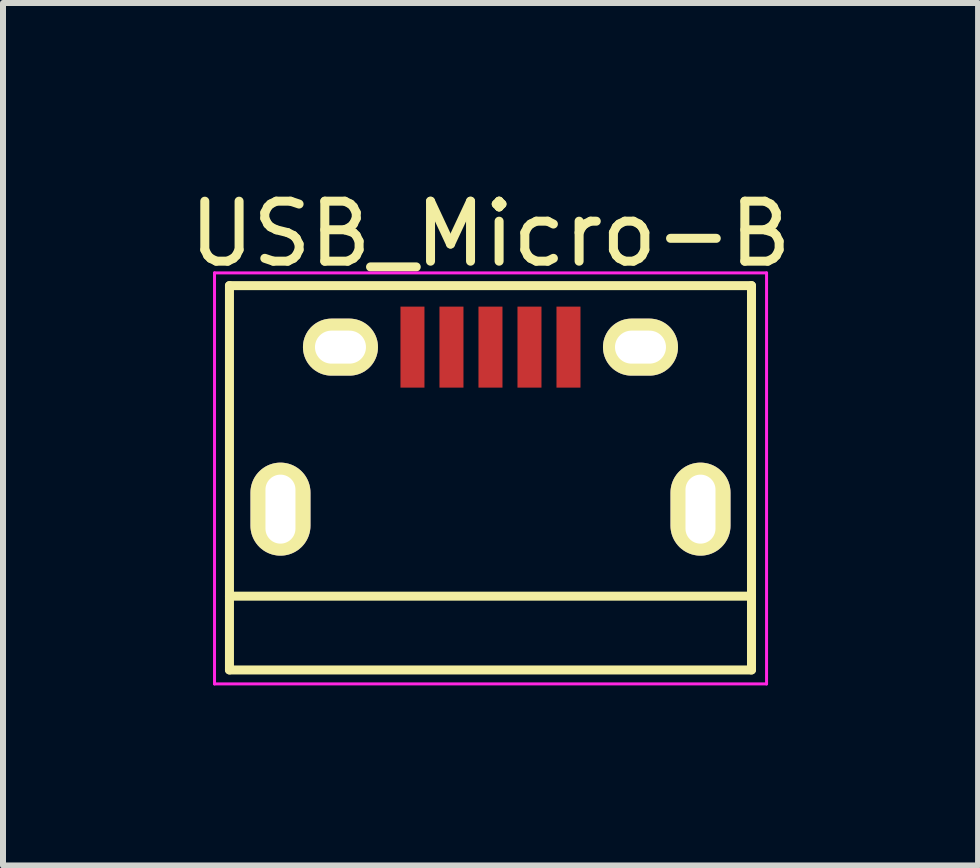
<source format=kicad_pcb>
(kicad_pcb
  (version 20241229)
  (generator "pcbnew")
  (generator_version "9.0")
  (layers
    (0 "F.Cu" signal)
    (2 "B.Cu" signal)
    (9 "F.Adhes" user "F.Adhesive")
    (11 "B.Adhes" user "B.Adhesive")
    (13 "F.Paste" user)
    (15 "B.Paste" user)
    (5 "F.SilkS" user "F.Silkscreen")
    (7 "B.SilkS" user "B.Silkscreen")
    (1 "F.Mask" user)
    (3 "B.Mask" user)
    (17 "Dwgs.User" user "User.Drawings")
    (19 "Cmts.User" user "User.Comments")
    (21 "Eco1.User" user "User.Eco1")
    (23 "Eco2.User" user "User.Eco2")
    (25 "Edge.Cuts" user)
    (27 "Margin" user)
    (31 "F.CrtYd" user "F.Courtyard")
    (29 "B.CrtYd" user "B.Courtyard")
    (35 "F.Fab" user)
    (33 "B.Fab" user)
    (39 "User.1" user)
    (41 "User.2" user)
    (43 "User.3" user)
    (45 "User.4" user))
  (footprint "USB_Micro-B"
    (layer "F.Cu")
    (at 5.125 4.298)
    (property "Reference" "USB_Micro-B" (at 0 -3.45 0) (layer "F.SilkS") (effects (font (size 1 1) (thickness 0.15))))
    (attr smd)
    (fp_line (start -4.351 -2.588) (end 4.349 -2.588) (stroke (width 0.15) (type solid)) (layer "F.SilkS"))
    (fp_line (start -4.351 3.817) (end -4.351 -2.588) (stroke (width 0.15) (type solid)) (layer "F.SilkS"))
    (fp_line (start -4.351 3.817) (end 4.349 3.817) (stroke (width 0.15) (type solid)) (layer "F.SilkS"))
    (fp_line (start 4.349 -2.588) (end 4.349 3.817) (stroke (width 0.15) (type solid)) (layer "F.SilkS"))
    (fp_line (start 4.349 2.587) (end -4.351 2.587) (stroke (width 0.15) (type solid)) (layer "F.SilkS"))
    (fp_line (start -4.6 -2.8) (end 4.6 -2.8) (stroke (width 0.05) (type solid)) (layer "F.CrtYd"))
    (fp_line (start -4.6 4.05) (end -4.6 -2.8) (stroke (width 0.05) (type solid)) (layer "F.CrtYd"))
    (fp_line (start 4.6 -2.8) (end 4.6 4.05) (stroke (width 0.05) (type solid)) (layer "F.CrtYd"))
    (fp_line (start 4.6 4.05) (end -4.6 4.05) (stroke (width 0.05) (type solid)) (layer "F.CrtYd"))
    (pad "1" smd rect (at -1.301 -1.563 90) (size 1.35 0.4) (layers "F.Cu" "F.Mask" "F.Paste"))
    (pad "2" smd rect (at -0.651 -1.563 90) (size 1.35 0.4) (layers "F.Cu" "F.Mask" "F.Paste"))
    (pad "3" smd rect (at -0.001 -1.563 90) (size 1.35 0.4) (layers "F.Cu" "F.Mask" "F.Paste"))
    (pad "4" smd rect (at 0.649 -1.563 90) (size 1.35 0.4) (layers "F.Cu" "F.Mask" "F.Paste"))
    (pad "5" smd rect (at 1.299 -1.563 90) (size 1.35 0.4) (layers "F.Cu" "F.Mask" "F.Paste"))
    (pad "6" thru_hole oval (at -3.501 1.137 90) (size 1.55 1) (drill oval 1.15 0.5) (layers "*.Cu" "*.Mask" "F.SilkS"))
    (pad "6" thru_hole oval (at -2.501 -1.563 90) (size 0.95 1.25) (drill oval 0.55 0.85) (layers "*.Cu" "*.Mask" "F.SilkS"))
    (pad "6" thru_hole oval (at 2.499 -1.563 90) (size 0.95 1.25) (drill oval 0.55 0.85) (layers "*.Cu" "*.Mask" "F.SilkS"))
    (pad "6" thru_hole oval (at 3.499 1.137 90) (size 1.55 1) (drill oval 1.15 0.5) (layers "*.Cu" "*.Mask" "F.SilkS")))
  (gr_rect
    (start -3 -3)
    (end 13.25 11.373)
    (stroke (width 0.1) (type default))
    (fill no)
    (layer "Edge.Cuts")))
</source>
